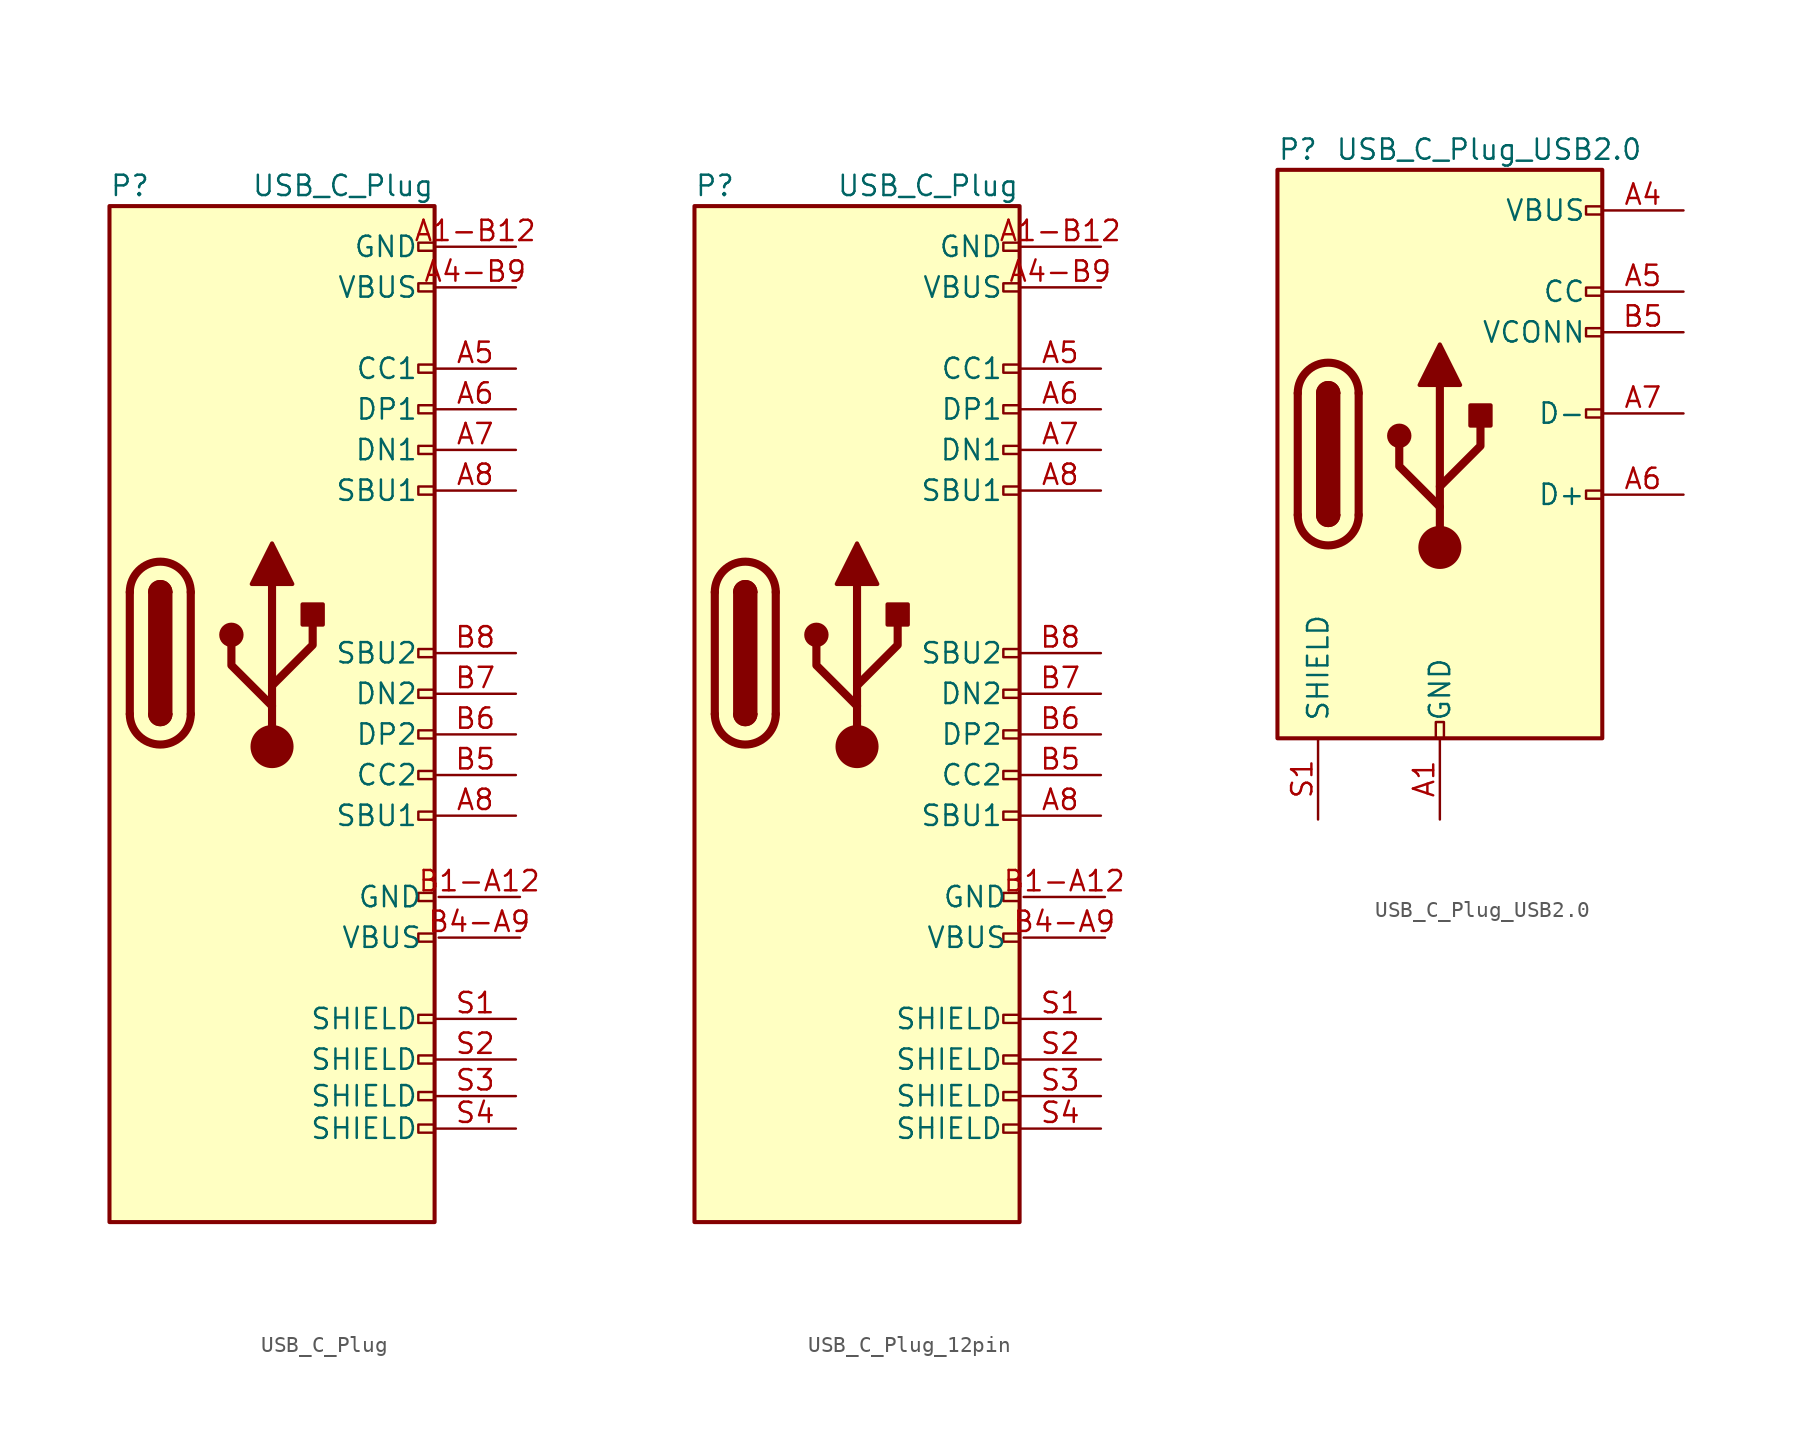
<source format=kicad_sym>
(kicad_symbol_lib
  (version 20241209)
  (generator "kicad_symbol_editor")
  (generator_version "9.0")
  (symbol "USB_C_Plug"
    (pin_names
      (offset 1.016))
    (property "Reference" "P"
      (at -10.16 29.21 0)
      (effects (font (size 1.27 1.27)) (justify left)))
    (property "Value" "USB_C_Plug"
      (at 10.16 29.21 0)
      (effects (font (size 1.27 1.27)) (justify right)))
    (symbol "USB_C_Plug_0_0"
      (rectangle (start 9.144 23.114) (end 10.16 22.606) (stroke (width 0) (type default)) (fill (type none)))
      (rectangle (start 9.144 15.494) (end 10.16 14.986) (stroke (width 0) (type default)) (fill (type none)))
      (rectangle (start 9.144 12.954) (end 10.16 12.446) (stroke (width 0) (type default)) (fill (type none)))
      (rectangle (start 9.144 10.414) (end 10.16 9.906) (stroke (width 0) (type default)) (fill (type none)))
      (rectangle (start 9.144 -4.826) (end 10.16 -5.334) (stroke (width 0) (type default)) (fill (type none)))
      (rectangle (start 9.144 -27.432) (end 10.16 -27.94) (stroke (width 0) (type default)) (fill (type none)))
      (rectangle (start 9.144 -29.464) (end 10.16 -29.972) (stroke (width 0) (type default)) (fill (type none)))
      (rectangle (start 10.16 25.654) (end 9.144 25.146) (stroke (width 0) (type default)) (fill (type none)))
      (rectangle (start 10.16 18.034) (end 9.144 17.526) (stroke (width 0) (type default)) (fill (type none)))
      (rectangle (start 10.16 0.254) (end 9.144 -0.254) (stroke (width 0) (type default)) (fill (type none)))
      (rectangle (start 10.16 -2.286) (end 9.144 -2.794) (stroke (width 0) (type default)) (fill (type none)))
      (rectangle (start 10.16 -7.366) (end 9.144 -7.874) (stroke (width 0) (type default)) (fill (type none)))
      (rectangle (start 10.16 -9.906) (end 9.144 -10.414) (stroke (width 0) (type default)) (fill (type none)))
      (rectangle (start 10.16 -14.986) (end 9.144 -15.494) (stroke (width 0) (type default)) (fill (type none)))
      (rectangle (start 10.16 -17.526) (end 9.144 -18.034) (stroke (width 0) (type default)) (fill (type none)))
      (rectangle (start 10.16 -22.606) (end 9.144 -23.114) (stroke (width 0) (type default)) (fill (type none)))
      (rectangle (start 10.16 -25.146) (end 9.144 -25.654) (stroke (width 0) (type default)) (fill (type none))))
    (symbol "USB_C_Plug_0_1"
      (rectangle (start -10.16 27.94) (end 10.16 -35.56) (stroke (width 0.254) (type default)) (fill (type background)))
      (polyline (pts (xy -8.89 -3.81) (xy -8.89 3.81)) (stroke (width 0.508) (type default)) (fill (type none)))
      (rectangle (start -7.62 -3.81) (end -6.35 3.81) (stroke (width 0.254) (type default)) (fill (type outline)))
      (arc (start -7.62 3.81) (mid -6.985 4.4423) (end -6.35 3.81) (stroke (width 0.254) (type default)) (fill (type none)))
      (arc (start -7.62 3.81) (mid -6.985 4.4423) (end -6.35 3.81) (stroke (width 0.254) (type default)) (fill (type outline)))
      (arc (start -8.89 3.81) (mid -6.985 5.7067) (end -5.08 3.81) (stroke (width 0.508) (type default)) (fill (type none)))
      (arc (start -5.08 -3.81) (mid -6.985 -5.7067) (end -8.89 -3.81) (stroke (width 0.508) (type default)) (fill (type none)))
      (arc (start -6.35 -3.81) (mid -6.985 -4.4423) (end -7.62 -3.81) (stroke (width 0.254) (type default)) (fill (type none)))
      (arc (start -6.35 -3.81) (mid -6.985 -4.4423) (end -7.62 -3.81) (stroke (width 0.254) (type default)) (fill (type outline)))
      (polyline (pts (xy -5.08 3.81) (xy -5.08 -3.81)) (stroke (width 0.508) (type default)) (fill (type none))))
    (symbol "USB_C_Plug_1_1"
      (circle (center -2.54 1.143) (radius 0.635) (stroke (width 0.254) (type default)) (fill (type outline)))
      (polyline (pts (xy -1.27 4.318) (xy 0 6.858) (xy 1.27 4.318) (xy -1.27 4.318)) (stroke (width 0.254) (type default)) (fill (type outline)))
      (polyline (pts (xy 0 -2.032) (xy 2.54 0.508) (xy 2.54 1.778)) (stroke (width 0.508) (type default)) (fill (type none)))
      (polyline (pts (xy 0 -3.302) (xy -2.54 -0.762) (xy -2.54 0.508)) (stroke (width 0.508) (type default)) (fill (type none)))
      (polyline (pts (xy 0 -5.842) (xy 0 4.318)) (stroke (width 0.508) (type default)) (fill (type none)))
      (circle (center 0 -5.842) (radius 1.27) (stroke (width 0) (type default)) (fill (type outline)))
      (rectangle (start 1.905 1.778) (end 3.175 3.048) (stroke (width 0.254) (type default)) (fill (type outline)))
      (pin passive line (at 15.24 25.4 180) (length 5.08) (name "GND" (effects (font (size 1.27 1.27)))) (number "A1-B12" (effects (font (size 1.27 1.27)))))
      (pin bidirectional line (at 15.24 22.86 180) (length 5.08) (name "VBUS" (effects (font (size 1.27 1.27)))) (number "A4-B9" (effects (font (size 1.27 1.27)))))
      (pin bidirectional line (at 15.24 17.78 180) (length 5.08) (name "CC1" (effects (font (size 1.27 1.27)))) (number "A5" (effects (font (size 1.27 1.27)))))
      (pin bidirectional line (at 15.24 15.24 180) (length 5.08) (name "DP1" (effects (font (size 1.27 1.27)))) (number "A6" (effects (font (size 1.27 1.27)))))
      (pin bidirectional line (at 15.24 12.7 180) (length 5.08) (name "DN1" (effects (font (size 1.27 1.27)))) (number "A7" (effects (font (size 1.27 1.27)))))
      (pin bidirectional line (at 15.24 10.16 180) (length 5.08) (name "SBU1" (effects (font (size 1.27 1.27)))) (number "A8" (effects (font (size 1.27 1.27)))))
      (pin bidirectional line (at 15.24 0 180) (length 5.08) (name "SBU2" (effects (font (size 1.27 1.27)))) (number "B8" (effects (font (size 1.27 1.27)))))
      (pin bidirectional line (at 15.24 -2.54 180) (length 5.08) (name "DN2" (effects (font (size 1.27 1.27)))) (number "B7" (effects (font (size 1.27 1.27)))))
      (pin bidirectional line (at 15.24 -5.08 180) (length 5.08) (name "DP2" (effects (font (size 1.27 1.27)))) (number "B6" (effects (font (size 1.27 1.27)))))
      (pin bidirectional line (at 15.24 -7.62 180) (length 5.08) (name "CC2" (effects (font (size 1.27 1.27)))) (number "B5" (effects (font (size 1.27 1.27)))))
      (pin bidirectional line (at 15.24 -10.16 180) (length 5.08) (name "SBU1" (effects (font (size 1.27 1.27)))) (number "A8" (effects (font (size 1.27 1.27)))))
      (pin passive line (at 15.24 -22.86 180) (length 5.08) (name "SHIELD" (effects (font (size 1.27 1.27)))) (number "S1" (effects (font (size 1.27 1.27)))))
      (pin passive line (at 15.24 -25.4 180) (length 5.08) (name "SHIELD" (effects (font (size 1.27 1.27)))) (number "S2" (effects (font (size 1.27 1.27)))))
      (pin passive line (at 15.24 -27.686 180) (length 5.08) (name "SHIELD" (effects (font (size 1.27 1.27)))) (number "S3" (effects (font (size 1.27 1.27)))))
      (pin passive line (at 15.24 -29.718 180) (length 5.08) (name "SHIELD" (effects (font (size 1.27 1.27)))) (number "S4" (effects (font (size 1.27 1.27)))))
      (pin passive line (at 15.494 -15.24 180) (length 5.08) (name "GND" (effects (font (size 1.27 1.27)))) (number "B1-A12" (effects (font (size 1.27 1.27)))))
      (pin bidirectional line (at 15.494 -17.78 180) (length 5.08) (name "VBUS" (effects (font (size 1.27 1.27)))) (number "B4-A9" (effects (font (size 1.27 1.27)))))))
  (symbol "USB_C_Plug_12pin"
    (pin_names
      (offset 1.016))
    (property "Reference" "P"
      (at -10.16 29.21 0)
      (effects (font (size 1.27 1.27)) (justify left)))
    (property "Value" "USB_C_Plug"
      (at 10.16 29.21 0)
      (effects (font (size 1.27 1.27)) (justify right)))
    (symbol "USB_C_Plug_12pin_0_0"
      (rectangle (start 9.144 23.114) (end 10.16 22.606) (stroke (width 0) (type default)) (fill (type none)))
      (rectangle (start 9.144 15.494) (end 10.16 14.986) (stroke (width 0) (type default)) (fill (type none)))
      (rectangle (start 9.144 12.954) (end 10.16 12.446) (stroke (width 0) (type default)) (fill (type none)))
      (rectangle (start 9.144 10.414) (end 10.16 9.906) (stroke (width 0) (type default)) (fill (type none)))
      (rectangle (start 9.144 -4.826) (end 10.16 -5.334) (stroke (width 0) (type default)) (fill (type none)))
      (rectangle (start 9.144 -27.432) (end 10.16 -27.94) (stroke (width 0) (type default)) (fill (type none)))
      (rectangle (start 9.144 -29.464) (end 10.16 -29.972) (stroke (width 0) (type default)) (fill (type none)))
      (rectangle (start 10.16 25.654) (end 9.144 25.146) (stroke (width 0) (type default)) (fill (type none)))
      (rectangle (start 10.16 18.034) (end 9.144 17.526) (stroke (width 0) (type default)) (fill (type none)))
      (rectangle (start 10.16 0.254) (end 9.144 -0.254) (stroke (width 0) (type default)) (fill (type none)))
      (rectangle (start 10.16 -2.286) (end 9.144 -2.794) (stroke (width 0) (type default)) (fill (type none)))
      (rectangle (start 10.16 -7.366) (end 9.144 -7.874) (stroke (width 0) (type default)) (fill (type none)))
      (rectangle (start 10.16 -9.906) (end 9.144 -10.414) (stroke (width 0) (type default)) (fill (type none)))
      (rectangle (start 10.16 -14.986) (end 9.144 -15.494) (stroke (width 0) (type default)) (fill (type none)))
      (rectangle (start 10.16 -17.526) (end 9.144 -18.034) (stroke (width 0) (type default)) (fill (type none)))
      (rectangle (start 10.16 -22.606) (end 9.144 -23.114) (stroke (width 0) (type default)) (fill (type none)))
      (rectangle (start 10.16 -25.146) (end 9.144 -25.654) (stroke (width 0) (type default)) (fill (type none))))
    (symbol "USB_C_Plug_12pin_0_1"
      (rectangle (start -10.16 27.94) (end 10.16 -35.56) (stroke (width 0.254) (type default)) (fill (type background)))
      (polyline (pts (xy -8.89 -3.81) (xy -8.89 3.81)) (stroke (width 0.508) (type default)) (fill (type none)))
      (rectangle (start -7.62 -3.81) (end -6.35 3.81) (stroke (width 0.254) (type default)) (fill (type outline)))
      (arc (start -7.62 3.81) (mid -6.985 4.4423) (end -6.35 3.81) (stroke (width 0.254) (type default)) (fill (type none)))
      (arc (start -7.62 3.81) (mid -6.985 4.4423) (end -6.35 3.81) (stroke (width 0.254) (type default)) (fill (type outline)))
      (arc (start -8.89 3.81) (mid -6.985 5.7067) (end -5.08 3.81) (stroke (width 0.508) (type default)) (fill (type none)))
      (arc (start -5.08 -3.81) (mid -6.985 -5.7067) (end -8.89 -3.81) (stroke (width 0.508) (type default)) (fill (type none)))
      (arc (start -6.35 -3.81) (mid -6.985 -4.4423) (end -7.62 -3.81) (stroke (width 0.254) (type default)) (fill (type none)))
      (arc (start -6.35 -3.81) (mid -6.985 -4.4423) (end -7.62 -3.81) (stroke (width 0.254) (type default)) (fill (type outline)))
      (polyline (pts (xy -5.08 3.81) (xy -5.08 -3.81)) (stroke (width 0.508) (type default)) (fill (type none))))
    (symbol "USB_C_Plug_12pin_1_1"
      (circle (center -2.54 1.143) (radius 0.635) (stroke (width 0.254) (type default)) (fill (type outline)))
      (polyline (pts (xy -1.27 4.318) (xy 0 6.858) (xy 1.27 4.318) (xy -1.27 4.318)) (stroke (width 0.254) (type default)) (fill (type outline)))
      (polyline (pts (xy 0 -2.032) (xy 2.54 0.508) (xy 2.54 1.778)) (stroke (width 0.508) (type default)) (fill (type none)))
      (polyline (pts (xy 0 -3.302) (xy -2.54 -0.762) (xy -2.54 0.508)) (stroke (width 0.508) (type default)) (fill (type none)))
      (polyline (pts (xy 0 -5.842) (xy 0 4.318)) (stroke (width 0.508) (type default)) (fill (type none)))
      (circle (center 0 -5.842) (radius 1.27) (stroke (width 0) (type default)) (fill (type outline)))
      (rectangle (start 1.905 1.778) (end 3.175 3.048) (stroke (width 0.254) (type default)) (fill (type outline)))
      (pin passive line (at 15.24 25.4 180) (length 5.08) (name "GND" (effects (font (size 1.27 1.27)))) (number "A1-B12" (effects (font (size 1.27 1.27)))))
      (pin bidirectional line (at 15.24 22.86 180) (length 5.08) (name "VBUS" (effects (font (size 1.27 1.27)))) (number "A4-B9" (effects (font (size 1.27 1.27)))))
      (pin bidirectional line (at 15.24 17.78 180) (length 5.08) (name "CC1" (effects (font (size 1.27 1.27)))) (number "A5" (effects (font (size 1.27 1.27)))))
      (pin bidirectional line (at 15.24 15.24 180) (length 5.08) (name "DP1" (effects (font (size 1.27 1.27)))) (number "A6" (effects (font (size 1.27 1.27)))))
      (pin bidirectional line (at 15.24 12.7 180) (length 5.08) (name "DN1" (effects (font (size 1.27 1.27)))) (number "A7" (effects (font (size 1.27 1.27)))))
      (pin bidirectional line (at 15.24 10.16 180) (length 5.08) (name "SBU1" (effects (font (size 1.27 1.27)))) (number "A8" (effects (font (size 1.27 1.27)))))
      (pin bidirectional line (at 15.24 0 180) (length 5.08) (name "SBU2" (effects (font (size 1.27 1.27)))) (number "B8" (effects (font (size 1.27 1.27)))))
      (pin bidirectional line (at 15.24 -2.54 180) (length 5.08) (name "DN2" (effects (font (size 1.27 1.27)))) (number "B7" (effects (font (size 1.27 1.27)))))
      (pin bidirectional line (at 15.24 -5.08 180) (length 5.08) (name "DP2" (effects (font (size 1.27 1.27)))) (number "B6" (effects (font (size 1.27 1.27)))))
      (pin bidirectional line (at 15.24 -7.62 180) (length 5.08) (name "CC2" (effects (font (size 1.27 1.27)))) (number "B5" (effects (font (size 1.27 1.27)))))
      (pin bidirectional line (at 15.24 -10.16 180) (length 5.08) (name "SBU1" (effects (font (size 1.27 1.27)))) (number "A8" (effects (font (size 1.27 1.27)))))
      (pin passive line (at 15.24 -22.86 180) (length 5.08) (name "SHIELD" (effects (font (size 1.27 1.27)))) (number "S1" (effects (font (size 1.27 1.27)))))
      (pin passive line (at 15.24 -25.4 180) (length 5.08) (name "SHIELD" (effects (font (size 1.27 1.27)))) (number "S2" (effects (font (size 1.27 1.27)))))
      (pin passive line (at 15.24 -27.686 180) (length 5.08) (name "SHIELD" (effects (font (size 1.27 1.27)))) (number "S3" (effects (font (size 1.27 1.27)))))
      (pin passive line (at 15.24 -29.718 180) (length 5.08) (name "SHIELD" (effects (font (size 1.27 1.27)))) (number "S4" (effects (font (size 1.27 1.27)))))
      (pin passive line (at 15.494 -15.24 180) (length 5.08) (name "GND" (effects (font (size 1.27 1.27)))) (number "B1-A12" (effects (font (size 1.27 1.27)))))
      (pin bidirectional line (at 15.494 -17.78 180) (length 5.08) (name "VBUS" (effects (font (size 1.27 1.27)))) (number "B4-A9" (effects (font (size 1.27 1.27)))))))
  (symbol "USB_C_Plug_USB2.0"
    (pin_names
      (offset 1.016))
    (property "Reference" "P"
      (at -10.16 19.05 0)
      (effects (font (size 1.27 1.27)) (justify left)))
    (property "Value" "USB_C_Plug_USB2.0"
      (at 12.7 19.05 0)
      (effects (font (size 1.27 1.27)) (justify right)))
    (symbol "USB_C_Plug_USB2.0_0_0"
      (rectangle (start -0.254 -17.78) (end 0.254 -16.764) (stroke (width 0) (type default)) (fill (type none)))
      (rectangle (start 10.16 15.494) (end 9.144 14.986) (stroke (width 0) (type default)) (fill (type none)))
      (rectangle (start 10.16 10.414) (end 9.144 9.906) (stroke (width 0) (type default)) (fill (type none)))
      (rectangle (start 10.16 7.874) (end 9.144 7.366) (stroke (width 0) (type default)) (fill (type none)))
      (rectangle (start 10.16 2.794) (end 9.144 2.286) (stroke (width 0) (type default)) (fill (type none)))
      (rectangle (start 10.16 -2.286) (end 9.144 -2.794) (stroke (width 0) (type default)) (fill (type none))))
    (symbol "USB_C_Plug_USB2.0_0_1"
      (rectangle (start -10.16 17.78) (end 10.16 -17.78) (stroke (width 0.254) (type default)) (fill (type background)))
      (polyline (pts (xy -8.89 -3.81) (xy -8.89 3.81)) (stroke (width 0.508) (type default)) (fill (type none)))
      (rectangle (start -7.62 -3.81) (end -6.35 3.81) (stroke (width 0.254) (type default)) (fill (type outline)))
      (arc (start -7.62 3.81) (mid -6.985 4.4423) (end -6.35 3.81) (stroke (width 0.254) (type default)) (fill (type none)))
      (arc (start -7.62 3.81) (mid -6.985 4.4423) (end -6.35 3.81) (stroke (width 0.254) (type default)) (fill (type outline)))
      (arc (start -8.89 3.81) (mid -6.985 5.7067) (end -5.08 3.81) (stroke (width 0.508) (type default)) (fill (type none)))
      (arc (start -5.08 -3.81) (mid -6.985 -5.7067) (end -8.89 -3.81) (stroke (width 0.508) (type default)) (fill (type none)))
      (arc (start -6.35 -3.81) (mid -6.985 -4.4423) (end -7.62 -3.81) (stroke (width 0.254) (type default)) (fill (type none)))
      (arc (start -6.35 -3.81) (mid -6.985 -4.4423) (end -7.62 -3.81) (stroke (width 0.254) (type default)) (fill (type outline)))
      (polyline (pts (xy -5.08 3.81) (xy -5.08 -3.81)) (stroke (width 0.508) (type default)) (fill (type none)))
      (circle (center -2.54 1.143) (radius 0.635) (stroke (width 0.254) (type default)) (fill (type outline)))
      (polyline (pts (xy -1.27 4.318) (xy 0 6.858) (xy 1.27 4.318) (xy -1.27 4.318)) (stroke (width 0.254) (type default)) (fill (type outline)))
      (polyline (pts (xy 0 -2.032) (xy 2.54 0.508) (xy 2.54 1.778)) (stroke (width 0.508) (type default)) (fill (type none)))
      (polyline (pts (xy 0 -3.302) (xy -2.54 -0.762) (xy -2.54 0.508)) (stroke (width 0.508) (type default)) (fill (type none)))
      (polyline (pts (xy 0 -5.842) (xy 0 4.318)) (stroke (width 0.508) (type default)) (fill (type none)))
      (circle (center 0 -5.842) (radius 1.27) (stroke (width 0) (type default)) (fill (type outline)))
      (rectangle (start 1.905 1.778) (end 3.175 3.048) (stroke (width 0.254) (type default)) (fill (type outline))))
    (symbol "USB_C_Plug_USB2.0_1_1"
      (pin passive line (at -7.62 -22.86 90) (length 5.08) (name "SHIELD" (effects (font (size 1.27 1.27)))) (number "S1" (effects (font (size 1.27 1.27)))))
      (pin passive line (at 0 -22.86 90) (length 5.08) (name "GND" (effects (font (size 1.27 1.27)))) (number "A1" (effects (font (size 1.27 1.27)))))
      (pin passive line (at 0 -22.86 90) (length 5.08) (hide yes) (name "GND" (effects (font (size 1.27 1.27)))) (number "A12" (effects (font (size 1.27 1.27)))))
      (pin passive line (at 0 -22.86 90) (length 5.08) (hide yes) (name "GND" (effects (font (size 1.27 1.27)))) (number "B1" (effects (font (size 1.27 1.27)))))
      (pin passive line (at 0 -22.86 90) (length 5.08) (hide yes) (name "GND" (effects (font (size 1.27 1.27)))) (number "B12" (effects (font (size 1.27 1.27)))))
      (pin passive line (at 15.24 15.24 180) (length 5.08) (name "VBUS" (effects (font (size 1.27 1.27)))) (number "A4" (effects (font (size 1.27 1.27)))))
      (pin passive line (at 15.24 15.24 180) (length 5.08) (hide yes) (name "VBUS" (effects (font (size 1.27 1.27)))) (number "A9" (effects (font (size 1.27 1.27)))))
      (pin passive line (at 15.24 15.24 180) (length 5.08) (hide yes) (name "VBUS" (effects (font (size 1.27 1.27)))) (number "B4" (effects (font (size 1.27 1.27)))))
      (pin passive line (at 15.24 15.24 180) (length 5.08) (hide yes) (name "VBUS" (effects (font (size 1.27 1.27)))) (number "B9" (effects (font (size 1.27 1.27)))))
      (pin bidirectional line (at 15.24 10.16 180) (length 5.08) (name "CC" (effects (font (size 1.27 1.27)))) (number "A5" (effects (font (size 1.27 1.27)))))
      (pin bidirectional line (at 15.24 7.62 180) (length 5.08) (name "VCONN" (effects (font (size 1.27 1.27)))) (number "B5" (effects (font (size 1.27 1.27)))))
      (pin bidirectional line (at 15.24 2.54 180) (length 5.08) (name "D-" (effects (font (size 1.27 1.27)))) (number "A7" (effects (font (size 1.27 1.27)))))
      (pin bidirectional line (at 15.24 -2.54 180) (length 5.08) (name "D+" (effects (font (size 1.27 1.27)))) (number "A6" (effects (font (size 1.27 1.27))))))))
</source>
